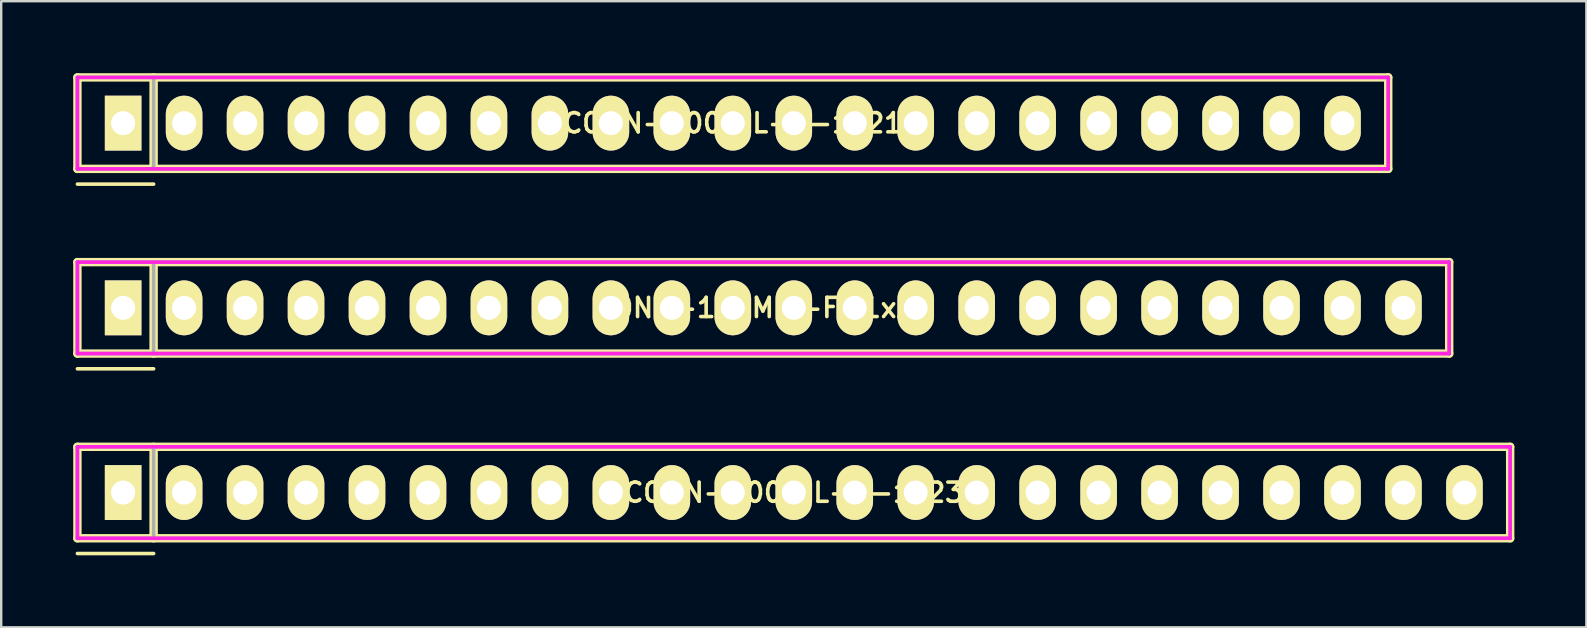
<source format=kicad_pcb>
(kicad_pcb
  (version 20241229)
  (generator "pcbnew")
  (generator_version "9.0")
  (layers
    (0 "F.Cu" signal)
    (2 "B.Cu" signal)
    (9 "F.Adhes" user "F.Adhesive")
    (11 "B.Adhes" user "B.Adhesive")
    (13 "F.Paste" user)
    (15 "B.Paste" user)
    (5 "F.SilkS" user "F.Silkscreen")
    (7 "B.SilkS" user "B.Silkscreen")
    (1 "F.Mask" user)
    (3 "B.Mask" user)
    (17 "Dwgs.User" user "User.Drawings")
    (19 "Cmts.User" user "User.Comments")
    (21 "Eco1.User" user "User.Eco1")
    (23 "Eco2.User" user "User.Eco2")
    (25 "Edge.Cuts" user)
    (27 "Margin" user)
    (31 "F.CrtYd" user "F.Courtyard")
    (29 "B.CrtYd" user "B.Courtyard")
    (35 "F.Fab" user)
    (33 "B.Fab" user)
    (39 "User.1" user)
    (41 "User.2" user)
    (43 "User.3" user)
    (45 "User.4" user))
  (footprint "CONN-100MIL-F-1x23"
    (layer "F.Cu")
    (at 30.02 17.47)
    (property "Reference" "CONN-100MIL-F-1x23" (at 0 0 0) (layer "F.SilkS") (effects (font (size 0.8 0.8) (thickness 0.15))))
    (attr through_hole)
    (fp_line (start -29.845 -1.905) (end 29.845 -1.905) (stroke (width 0.35) (type solid)) (layer "F.SilkS"))
    (fp_line (start -29.845 1.905) (end -29.845 -1.905) (stroke (width 0.35) (type solid)) (layer "F.SilkS"))
    (fp_line (start -29.845 2.54) (end -26.67 2.54) (stroke (width 0.15) (type solid)) (layer "F.SilkS"))
    (fp_line (start -26.67 -1.905) (end -26.67 1.905) (stroke (width 0.35) (type solid)) (layer "F.SilkS"))
    (fp_line (start 29.845 -1.905) (end 29.845 1.905) (stroke (width 0.35) (type solid)) (layer "F.SilkS"))
    (fp_line (start 29.845 1.905) (end -29.845 1.905) (stroke (width 0.35) (type solid)) (layer "F.SilkS"))
    (fp_line (start -29.845 -1.905) (end 29.845 -1.905) (stroke (width 0.15) (type solid)) (layer "F.CrtYd"))
    (fp_line (start -29.845 1.905) (end -29.845 -1.905) (stroke (width 0.15) (type solid)) (layer "F.CrtYd"))
    (fp_line (start 29.845 -1.905) (end 29.845 1.905) (stroke (width 0.15) (type solid)) (layer "F.CrtYd"))
    (fp_line (start 29.845 1.905) (end -29.845 1.905) (stroke (width 0.15) (type solid)) (layer "F.CrtYd"))
    (fp_line (start -29.845 -1.905) (end 29.845 -1.905) (stroke (width 0.15) (type solid)) (layer "F.Fab"))
    (fp_line (start -29.845 1.905) (end -29.845 -1.905) (stroke (width 0.15) (type solid)) (layer "F.Fab"))
    (fp_line (start -26.67 -1.905) (end -26.67 1.905) (stroke (width 0.15) (type solid)) (layer "F.Fab"))
    (fp_line (start 29.845 -1.905) (end 29.845 1.905) (stroke (width 0.15) (type solid)) (layer "F.Fab"))
    (fp_line (start 29.845 1.905) (end -29.845 1.905) (stroke (width 0.15) (type solid)) (layer "F.Fab"))
    (pad "1" thru_hole rect (at -27.94 0) (size 1.524 2.286) (drill 1) (layers "*.Cu" "*.Mask" "F.SilkS"))
    (pad "2" thru_hole oval (at -25.4 0) (size 1.524 2.286) (drill 1) (layers "*.Cu" "*.Mask" "F.SilkS"))
    (pad "3" thru_hole oval (at -22.86 0) (size 1.524 2.286) (drill 1) (layers "*.Cu" "*.Mask" "F.SilkS"))
    (pad "4" thru_hole oval (at -20.32 0) (size 1.524 2.286) (drill 1) (layers "*.Cu" "*.Mask" "F.SilkS"))
    (pad "5" thru_hole oval (at -17.78 0) (size 1.524 2.286) (drill 1) (layers "*.Cu" "*.Mask" "F.SilkS"))
    (pad "6" thru_hole oval (at -15.24 0) (size 1.524 2.286) (drill 1) (layers "*.Cu" "*.Mask" "F.SilkS"))
    (pad "7" thru_hole oval (at -12.7 0) (size 1.524 2.286) (drill 1) (layers "*.Cu" "*.Mask" "F.SilkS"))
    (pad "8" thru_hole oval (at -10.16 0) (size 1.524 2.286) (drill 1) (layers "*.Cu" "*.Mask" "F.SilkS"))
    (pad "9" thru_hole oval (at -7.62 0) (size 1.524 2.286) (drill 1) (layers "*.Cu" "*.Mask" "F.SilkS"))
    (pad "10" thru_hole oval (at -5.08 0) (size 1.524 2.286) (drill 1) (layers "*.Cu" "*.Mask" "F.SilkS"))
    (pad "11" thru_hole oval (at -2.54 0) (size 1.524 2.286) (drill 1) (layers "*.Cu" "*.Mask" "F.SilkS"))
    (pad "12" thru_hole oval (at 0 0) (size 1.524 2.286) (drill 1) (layers "*.Cu" "*.Mask" "F.SilkS"))
    (pad "13" thru_hole oval (at 2.54 0) (size 1.524 2.286) (drill 1) (layers "*.Cu" "*.Mask" "F.SilkS"))
    (pad "14" thru_hole oval (at 5.08 0) (size 1.524 2.286) (drill 1) (layers "*.Cu" "*.Mask" "F.SilkS"))
    (pad "15" thru_hole oval (at 7.62 0) (size 1.524 2.286) (drill 1) (layers "*.Cu" "*.Mask" "F.SilkS"))
    (pad "16" thru_hole oval (at 10.16 0) (size 1.524 2.286) (drill 1) (layers "*.Cu" "*.Mask" "F.SilkS"))
    (pad "17" thru_hole oval (at 12.7 0) (size 1.524 2.286) (drill 1) (layers "*.Cu" "*.Mask" "F.SilkS"))
    (pad "18" thru_hole oval (at 15.24 0) (size 1.524 2.286) (drill 1) (layers "*.Cu" "*.Mask" "F.SilkS"))
    (pad "19" thru_hole oval (at 17.78 0) (size 1.524 2.286) (drill 1) (layers "*.Cu" "*.Mask" "F.SilkS"))
    (pad "20" thru_hole oval (at 20.32 0) (size 1.524 2.286) (drill 1) (layers "*.Cu" "*.Mask" "F.SilkS"))
    (pad "21" thru_hole oval (at 22.86 0) (size 1.524 2.286) (drill 1) (layers "*.Cu" "*.Mask" "F.SilkS"))
    (pad "22" thru_hole oval (at 25.4 0) (size 1.524 2.286) (drill 1) (layers "*.Cu" "*.Mask" "F.SilkS"))
    (pad "23" thru_hole oval (at 27.94 0) (size 1.524 2.286) (drill 1) (layers "*.Cu" "*.Mask" "F.SilkS")))
  (footprint "CONN-100MIL-F-1x21"
    (layer "F.Cu")
    (at 27.48 2.08)
    (property "Reference" "CONN-100MIL-F-1x21" (at 0 0 0) (layer "F.SilkS") (effects (font (size 0.8 0.8) (thickness 0.15))))
    (attr through_hole)
    (fp_line (start -27.305 -1.905) (end 27.305 -1.905) (stroke (width 0.35) (type solid)) (layer "F.SilkS"))
    (fp_line (start -27.305 1.905) (end -27.305 -1.905) (stroke (width 0.35) (type solid)) (layer "F.SilkS"))
    (fp_line (start -27.305 2.54) (end -24.13 2.54) (stroke (width 0.15) (type solid)) (layer "F.SilkS"))
    (fp_line (start -24.13 -1.905) (end -24.13 1.905) (stroke (width 0.35) (type solid)) (layer "F.SilkS"))
    (fp_line (start 27.305 -1.905) (end 27.305 1.905) (stroke (width 0.35) (type solid)) (layer "F.SilkS"))
    (fp_line (start 27.305 1.905) (end -27.305 1.905) (stroke (width 0.35) (type solid)) (layer "F.SilkS"))
    (fp_line (start -27.305 -1.905) (end 27.305 -1.905) (stroke (width 0.15) (type solid)) (layer "F.CrtYd"))
    (fp_line (start -27.305 1.905) (end -27.305 -1.905) (stroke (width 0.15) (type solid)) (layer "F.CrtYd"))
    (fp_line (start 27.305 -1.905) (end 27.305 1.905) (stroke (width 0.15) (type solid)) (layer "F.CrtYd"))
    (fp_line (start 27.305 1.905) (end -27.305 1.905) (stroke (width 0.15) (type solid)) (layer "F.CrtYd"))
    (fp_line (start -27.305 -1.905) (end 27.305 -1.905) (stroke (width 0.15) (type solid)) (layer "F.Fab"))
    (fp_line (start -27.305 1.905) (end -27.305 -1.905) (stroke (width 0.15) (type solid)) (layer "F.Fab"))
    (fp_line (start -24.13 -1.905) (end -24.13 1.905) (stroke (width 0.15) (type solid)) (layer "F.Fab"))
    (fp_line (start 27.305 -1.905) (end 27.305 1.905) (stroke (width 0.15) (type solid)) (layer "F.Fab"))
    (fp_line (start 27.305 1.905) (end -27.305 1.905) (stroke (width 0.15) (type solid)) (layer "F.Fab"))
    (pad "1" thru_hole rect (at -25.4 0) (size 1.524 2.286) (drill 1) (layers "*.Cu" "*.Mask" "F.SilkS"))
    (pad "2" thru_hole oval (at -22.86 0) (size 1.524 2.286) (drill 1) (layers "*.Cu" "*.Mask" "F.SilkS"))
    (pad "3" thru_hole oval (at -20.32 0) (size 1.524 2.286) (drill 1) (layers "*.Cu" "*.Mask" "F.SilkS"))
    (pad "4" thru_hole oval (at -17.78 0) (size 1.524 2.286) (drill 1) (layers "*.Cu" "*.Mask" "F.SilkS"))
    (pad "5" thru_hole oval (at -15.24 0) (size 1.524 2.286) (drill 1) (layers "*.Cu" "*.Mask" "F.SilkS"))
    (pad "6" thru_hole oval (at -12.7 0) (size 1.524 2.286) (drill 1) (layers "*.Cu" "*.Mask" "F.SilkS"))
    (pad "7" thru_hole oval (at -10.16 0) (size 1.524 2.286) (drill 1) (layers "*.Cu" "*.Mask" "F.SilkS"))
    (pad "8" thru_hole oval (at -7.62 0) (size 1.524 2.286) (drill 1) (layers "*.Cu" "*.Mask" "F.SilkS"))
    (pad "9" thru_hole oval (at -5.08 0) (size 1.524 2.286) (drill 1) (layers "*.Cu" "*.Mask" "F.SilkS"))
    (pad "10" thru_hole oval (at -2.54 0) (size 1.524 2.286) (drill 1) (layers "*.Cu" "*.Mask" "F.SilkS"))
    (pad "11" thru_hole oval (at 0 0) (size 1.524 2.286) (drill 1) (layers "*.Cu" "*.Mask" "F.SilkS"))
    (pad "12" thru_hole oval (at 2.54 0) (size 1.524 2.286) (drill 1) (layers "*.Cu" "*.Mask" "F.SilkS"))
    (pad "13" thru_hole oval (at 5.08 0) (size 1.524 2.286) (drill 1) (layers "*.Cu" "*.Mask" "F.SilkS"))
    (pad "14" thru_hole oval (at 7.62 0) (size 1.524 2.286) (drill 1) (layers "*.Cu" "*.Mask" "F.SilkS"))
    (pad "15" thru_hole oval (at 10.16 0) (size 1.524 2.286) (drill 1) (layers "*.Cu" "*.Mask" "F.SilkS"))
    (pad "16" thru_hole oval (at 12.7 0) (size 1.524 2.286) (drill 1) (layers "*.Cu" "*.Mask" "F.SilkS"))
    (pad "17" thru_hole oval (at 15.24 0) (size 1.524 2.286) (drill 1) (layers "*.Cu" "*.Mask" "F.SilkS"))
    (pad "18" thru_hole oval (at 17.78 0) (size 1.524 2.286) (drill 1) (layers "*.Cu" "*.Mask" "F.SilkS"))
    (pad "19" thru_hole oval (at 20.32 0) (size 1.524 2.286) (drill 1) (layers "*.Cu" "*.Mask" "F.SilkS"))
    (pad "20" thru_hole oval (at 22.86 0) (size 1.524 2.286) (drill 1) (layers "*.Cu" "*.Mask" "F.SilkS"))
    (pad "21" thru_hole oval (at 25.4 0) (size 1.524 2.286) (drill 1) (layers "*.Cu" "*.Mask" "F.SilkS")))
  (footprint "CONN-100MIL-F-1x22"
    (layer "F.Cu")
    (at 28.75 9.775)
    (property "Reference" "CONN-100MIL-F-1x22" (at 0 0 0) (layer "F.SilkS") (effects (font (size 0.8 0.8) (thickness 0.15))))
    (attr through_hole)
    (fp_line (start -28.575 -1.905) (end 28.575 -1.905) (stroke (width 0.35) (type solid)) (layer "F.SilkS"))
    (fp_line (start -28.575 1.905) (end -28.575 -1.905) (stroke (width 0.35) (type solid)) (layer "F.SilkS"))
    (fp_line (start -28.575 2.54) (end -25.4 2.54) (stroke (width 0.15) (type solid)) (layer "F.SilkS"))
    (fp_line (start -25.4 -1.905) (end -25.4 1.905) (stroke (width 0.35) (type solid)) (layer "F.SilkS"))
    (fp_line (start 28.575 -1.905) (end 28.575 1.905) (stroke (width 0.35) (type solid)) (layer "F.SilkS"))
    (fp_line (start 28.575 1.905) (end -28.575 1.905) (stroke (width 0.35) (type solid)) (layer "F.SilkS"))
    (fp_line (start -28.575 -1.905) (end 28.575 -1.905) (stroke (width 0.15) (type solid)) (layer "F.CrtYd"))
    (fp_line (start -28.575 1.905) (end -28.575 -1.905) (stroke (width 0.15) (type solid)) (layer "F.CrtYd"))
    (fp_line (start 28.575 -1.905) (end 28.575 1.905) (stroke (width 0.15) (type solid)) (layer "F.CrtYd"))
    (fp_line (start 28.575 1.905) (end -28.575 1.905) (stroke (width 0.15) (type solid)) (layer "F.CrtYd"))
    (fp_line (start -28.575 -1.905) (end 28.575 -1.905) (stroke (width 0.15) (type solid)) (layer "F.Fab"))
    (fp_line (start -28.575 1.905) (end -28.575 -1.905) (stroke (width 0.15) (type solid)) (layer "F.Fab"))
    (fp_line (start -25.4 -1.905) (end -25.4 1.905) (stroke (width 0.15) (type solid)) (layer "F.Fab"))
    (fp_line (start 28.575 -1.905) (end 28.575 1.905) (stroke (width 0.15) (type solid)) (layer "F.Fab"))
    (fp_line (start 28.575 1.905) (end -28.575 1.905) (stroke (width 0.15) (type solid)) (layer "F.Fab"))
    (pad "1" thru_hole rect (at -26.67 0) (size 1.524 2.286) (drill 1) (layers "*.Cu" "*.Mask" "F.SilkS"))
    (pad "2" thru_hole oval (at -24.13 0) (size 1.524 2.286) (drill 1) (layers "*.Cu" "*.Mask" "F.SilkS"))
    (pad "3" thru_hole oval (at -21.59 0) (size 1.524 2.286) (drill 1) (layers "*.Cu" "*.Mask" "F.SilkS"))
    (pad "4" thru_hole oval (at -19.05 0) (size 1.524 2.286) (drill 1) (layers "*.Cu" "*.Mask" "F.SilkS"))
    (pad "5" thru_hole oval (at -16.51 0) (size 1.524 2.286) (drill 1) (layers "*.Cu" "*.Mask" "F.SilkS"))
    (pad "6" thru_hole oval (at -13.97 0) (size 1.524 2.286) (drill 1) (layers "*.Cu" "*.Mask" "F.SilkS"))
    (pad "7" thru_hole oval (at -11.43 0) (size 1.524 2.286) (drill 1) (layers "*.Cu" "*.Mask" "F.SilkS"))
    (pad "8" thru_hole oval (at -8.89 0) (size 1.524 2.286) (drill 1) (layers "*.Cu" "*.Mask" "F.SilkS"))
    (pad "9" thru_hole oval (at -6.35 0) (size 1.524 2.286) (drill 1) (layers "*.Cu" "*.Mask" "F.SilkS"))
    (pad "10" thru_hole oval (at -3.81 0) (size 1.524 2.286) (drill 1) (layers "*.Cu" "*.Mask" "F.SilkS"))
    (pad "11" thru_hole oval (at -1.27 0) (size 1.524 2.286) (drill 1) (layers "*.Cu" "*.Mask" "F.SilkS"))
    (pad "12" thru_hole oval (at 1.27 0) (size 1.524 2.286) (drill 1) (layers "*.Cu" "*.Mask" "F.SilkS"))
    (pad "13" thru_hole oval (at 3.81 0) (size 1.524 2.286) (drill 1) (layers "*.Cu" "*.Mask" "F.SilkS"))
    (pad "14" thru_hole oval (at 6.35 0) (size 1.524 2.286) (drill 1) (layers "*.Cu" "*.Mask" "F.SilkS"))
    (pad "15" thru_hole oval (at 8.89 0) (size 1.524 2.286) (drill 1) (layers "*.Cu" "*.Mask" "F.SilkS"))
    (pad "16" thru_hole oval (at 11.43 0) (size 1.524 2.286) (drill 1) (layers "*.Cu" "*.Mask" "F.SilkS"))
    (pad "17" thru_hole oval (at 13.97 0) (size 1.524 2.286) (drill 1) (layers "*.Cu" "*.Mask" "F.SilkS"))
    (pad "18" thru_hole oval (at 16.51 0) (size 1.524 2.286) (drill 1) (layers "*.Cu" "*.Mask" "F.SilkS"))
    (pad "19" thru_hole oval (at 19.05 0) (size 1.524 2.286) (drill 1) (layers "*.Cu" "*.Mask" "F.SilkS"))
    (pad "20" thru_hole oval (at 21.59 0) (size 1.524 2.286) (drill 1) (layers "*.Cu" "*.Mask" "F.SilkS"))
    (pad "21" thru_hole oval (at 24.13 0) (size 1.524 2.286) (drill 1) (layers "*.Cu" "*.Mask" "F.SilkS"))
    (pad "22" thru_hole oval (at 26.67 0) (size 1.524 2.286) (drill 1) (layers "*.Cu" "*.Mask" "F.SilkS")))
  (gr_rect
    (start -3 -3)
    (end 63.04 23.085)
    (stroke (width 0.1) (type default))
    (fill no)
    (layer "Edge.Cuts")))
</source>
